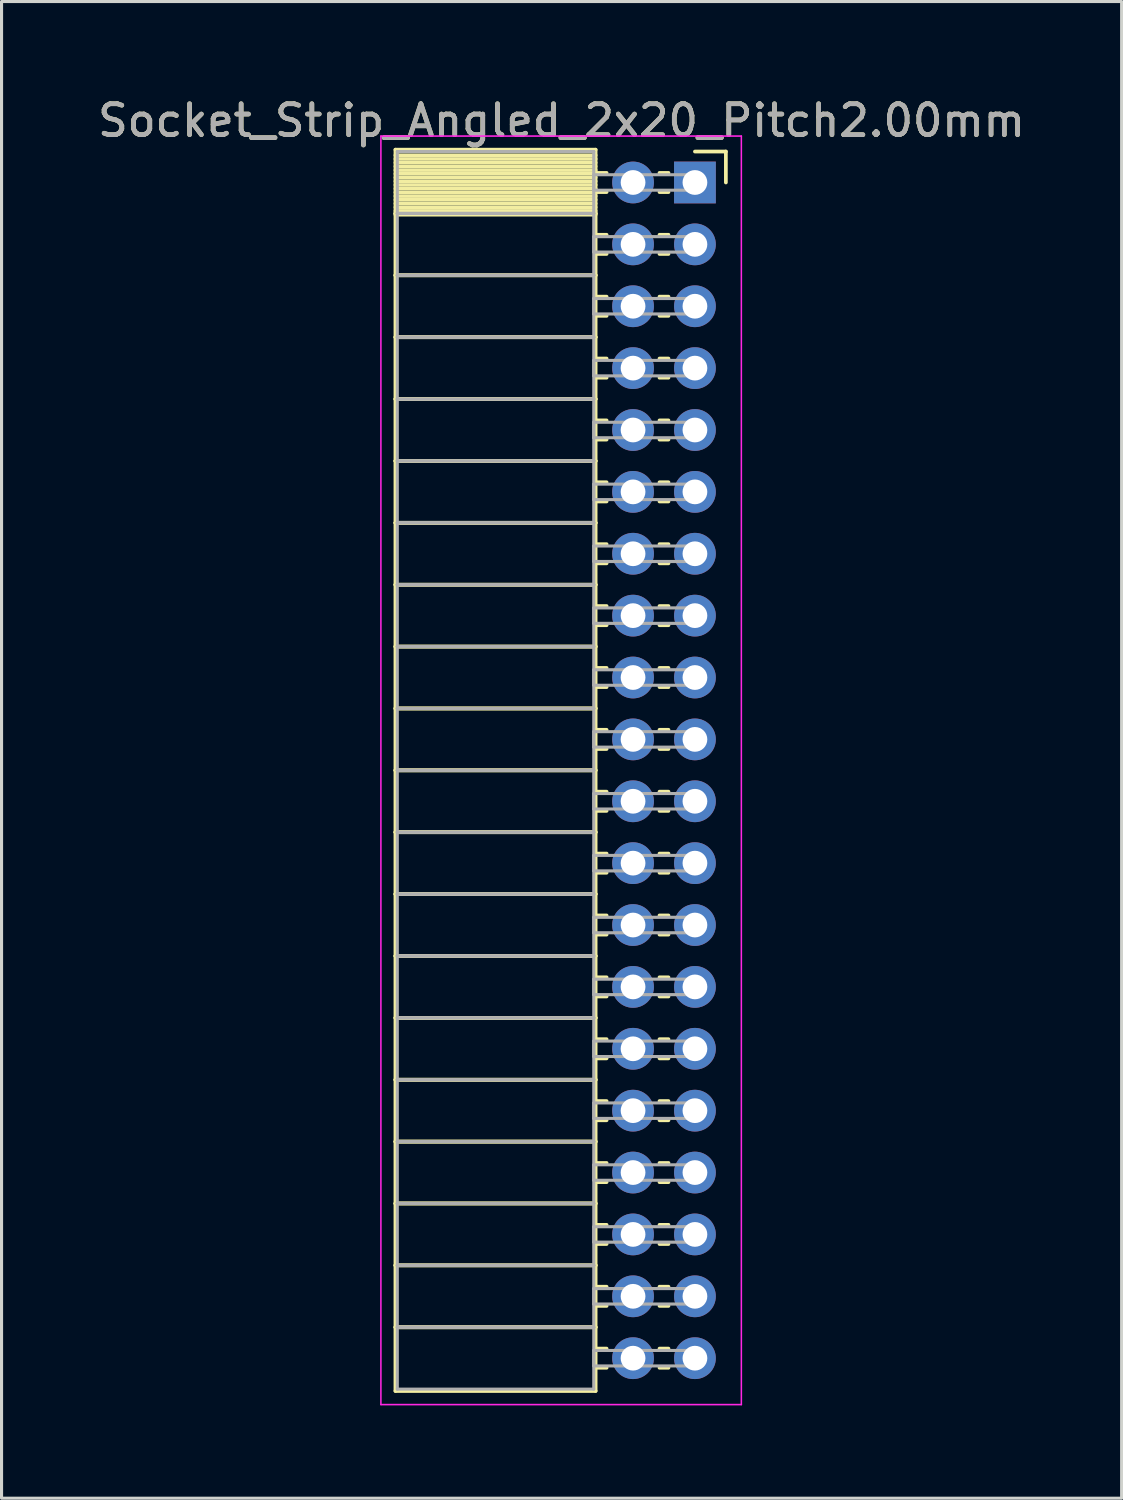
<source format=kicad_pcb>
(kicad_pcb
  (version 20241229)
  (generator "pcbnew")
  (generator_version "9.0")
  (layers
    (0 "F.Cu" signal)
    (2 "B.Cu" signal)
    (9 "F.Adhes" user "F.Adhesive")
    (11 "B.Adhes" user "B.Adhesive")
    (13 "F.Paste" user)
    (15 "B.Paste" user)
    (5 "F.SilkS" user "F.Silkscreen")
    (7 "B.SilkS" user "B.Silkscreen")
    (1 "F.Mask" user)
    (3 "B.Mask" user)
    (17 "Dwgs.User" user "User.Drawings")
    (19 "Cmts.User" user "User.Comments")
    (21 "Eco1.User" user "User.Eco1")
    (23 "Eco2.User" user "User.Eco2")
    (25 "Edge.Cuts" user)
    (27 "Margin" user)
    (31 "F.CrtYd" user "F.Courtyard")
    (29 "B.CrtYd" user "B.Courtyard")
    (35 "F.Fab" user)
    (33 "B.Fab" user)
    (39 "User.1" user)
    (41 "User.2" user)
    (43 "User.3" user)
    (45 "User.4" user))
  (footprint "Socket_Strip_Angled_2x20_Pitch2.00mm"
    (layer "F.Cu")
    (at 19.411 2.848)
    (property "Reference" "Socket_Strip_Angled_2x20_Pitch2.00mm" (at -4.31 -2 0) (layer "F.SilkS") (effects (font (size 1 1) (thickness 0.15))))
    (attr through_hole)
    (fp_line (start -9.68 -1.06) (end -3.21 -1.06) (stroke (width 0.12) (type solid)) (layer "F.SilkS"))
    (fp_line (start -9.68 1) (end -9.68 -1.06) (stroke (width 0.12) (type solid)) (layer "F.SilkS"))
    (fp_line (start -9.68 1) (end -3.21 1) (stroke (width 0.12) (type solid)) (layer "F.SilkS"))
    (fp_line (start -9.68 3) (end -9.68 1) (stroke (width 0.12) (type solid)) (layer "F.SilkS"))
    (fp_line (start -9.68 3) (end -3.21 3) (stroke (width 0.12) (type solid)) (layer "F.SilkS"))
    (fp_line (start -9.68 5) (end -9.68 3) (stroke (width 0.12) (type solid)) (layer "F.SilkS"))
    (fp_line (start -9.68 5) (end -3.21 5) (stroke (width 0.12) (type solid)) (layer "F.SilkS"))
    (fp_line (start -9.68 7) (end -9.68 5) (stroke (width 0.12) (type solid)) (layer "F.SilkS"))
    (fp_line (start -9.68 7) (end -3.21 7) (stroke (width 0.12) (type solid)) (layer "F.SilkS"))
    (fp_line (start -9.68 9) (end -9.68 7) (stroke (width 0.12) (type solid)) (layer "F.SilkS"))
    (fp_line (start -9.68 9) (end -3.21 9) (stroke (width 0.12) (type solid)) (layer "F.SilkS"))
    (fp_line (start -9.68 11) (end -9.68 9) (stroke (width 0.12) (type solid)) (layer "F.SilkS"))
    (fp_line (start -9.68 11) (end -3.21 11) (stroke (width 0.12) (type solid)) (layer "F.SilkS"))
    (fp_line (start -9.68 13) (end -9.68 11) (stroke (width 0.12) (type solid)) (layer "F.SilkS"))
    (fp_line (start -9.68 13) (end -3.21 13) (stroke (width 0.12) (type solid)) (layer "F.SilkS"))
    (fp_line (start -9.68 15) (end -9.68 13) (stroke (width 0.12) (type solid)) (layer "F.SilkS"))
    (fp_line (start -9.68 15) (end -3.21 15) (stroke (width 0.12) (type solid)) (layer "F.SilkS"))
    (fp_line (start -9.68 17) (end -9.68 15) (stroke (width 0.12) (type solid)) (layer "F.SilkS"))
    (fp_line (start -9.68 17) (end -3.21 17) (stroke (width 0.12) (type solid)) (layer "F.SilkS"))
    (fp_line (start -9.68 19) (end -9.68 17) (stroke (width 0.12) (type solid)) (layer "F.SilkS"))
    (fp_line (start -9.68 19) (end -3.21 19) (stroke (width 0.12) (type solid)) (layer "F.SilkS"))
    (fp_line (start -9.68 21) (end -9.68 19) (stroke (width 0.12) (type solid)) (layer "F.SilkS"))
    (fp_line (start -9.68 21) (end -3.21 21) (stroke (width 0.12) (type solid)) (layer "F.SilkS"))
    (fp_line (start -9.68 23) (end -9.68 21) (stroke (width 0.12) (type solid)) (layer "F.SilkS"))
    (fp_line (start -9.68 23) (end -3.21 23) (stroke (width 0.12) (type solid)) (layer "F.SilkS"))
    (fp_line (start -9.68 25) (end -9.68 23) (stroke (width 0.12) (type solid)) (layer "F.SilkS"))
    (fp_line (start -9.68 25) (end -3.21 25) (stroke (width 0.12) (type solid)) (layer "F.SilkS"))
    (fp_line (start -9.68 27) (end -9.68 25) (stroke (width 0.12) (type solid)) (layer "F.SilkS"))
    (fp_line (start -9.68 27) (end -3.21 27) (stroke (width 0.12) (type solid)) (layer "F.SilkS"))
    (fp_line (start -9.68 29) (end -9.68 27) (stroke (width 0.12) (type solid)) (layer "F.SilkS"))
    (fp_line (start -9.68 29) (end -3.21 29) (stroke (width 0.12) (type solid)) (layer "F.SilkS"))
    (fp_line (start -9.68 31) (end -9.68 29) (stroke (width 0.12) (type solid)) (layer "F.SilkS"))
    (fp_line (start -9.68 31) (end -3.21 31) (stroke (width 0.12) (type solid)) (layer "F.SilkS"))
    (fp_line (start -9.68 33) (end -9.68 31) (stroke (width 0.12) (type solid)) (layer "F.SilkS"))
    (fp_line (start -9.68 33) (end -3.21 33) (stroke (width 0.12) (type solid)) (layer "F.SilkS"))
    (fp_line (start -9.68 35) (end -9.68 33) (stroke (width 0.12) (type solid)) (layer "F.SilkS"))
    (fp_line (start -9.68 35) (end -3.21 35) (stroke (width 0.12) (type solid)) (layer "F.SilkS"))
    (fp_line (start -9.68 37) (end -9.68 35) (stroke (width 0.12) (type solid)) (layer "F.SilkS"))
    (fp_line (start -9.68 37) (end -3.21 37) (stroke (width 0.12) (type solid)) (layer "F.SilkS"))
    (fp_line (start -9.68 39.06) (end -9.68 37) (stroke (width 0.12) (type solid)) (layer "F.SilkS"))
    (fp_line (start -3.21 -1.06) (end -3.21 1) (stroke (width 0.12) (type solid)) (layer "F.SilkS"))
    (fp_line (start -3.21 -0.88) (end -9.68 -0.88) (stroke (width 0.12) (type solid)) (layer "F.SilkS"))
    (fp_line (start -3.21 -0.76) (end -9.68 -0.76) (stroke (width 0.12) (type solid)) (layer "F.SilkS"))
    (fp_line (start -3.21 -0.64) (end -9.68 -0.64) (stroke (width 0.12) (type solid)) (layer "F.SilkS"))
    (fp_line (start -3.21 -0.52) (end -9.68 -0.52) (stroke (width 0.12) (type solid)) (layer "F.SilkS"))
    (fp_line (start -3.21 -0.4) (end -9.68 -0.4) (stroke (width 0.12) (type solid)) (layer "F.SilkS"))
    (fp_line (start -3.21 -0.28) (end -9.68 -0.28) (stroke (width 0.12) (type solid)) (layer "F.SilkS"))
    (fp_line (start -3.21 -0.16) (end -9.68 -0.16) (stroke (width 0.12) (type solid)) (layer "F.SilkS"))
    (fp_line (start -3.21 -0.04) (end -9.68 -0.04) (stroke (width 0.12) (type solid)) (layer "F.SilkS"))
    (fp_line (start -3.21 0.08) (end -9.68 0.08) (stroke (width 0.12) (type solid)) (layer "F.SilkS"))
    (fp_line (start -3.21 0.2) (end -9.68 0.2) (stroke (width 0.12) (type solid)) (layer "F.SilkS"))
    (fp_line (start -3.21 0.32) (end -9.68 0.32) (stroke (width 0.12) (type solid)) (layer "F.SilkS"))
    (fp_line (start -3.21 0.44) (end -9.68 0.44) (stroke (width 0.12) (type solid)) (layer "F.SilkS"))
    (fp_line (start -3.21 0.56) (end -9.68 0.56) (stroke (width 0.12) (type solid)) (layer "F.SilkS"))
    (fp_line (start -3.21 0.68) (end -9.68 0.68) (stroke (width 0.12) (type solid)) (layer "F.SilkS"))
    (fp_line (start -3.21 0.8) (end -9.68 0.8) (stroke (width 0.12) (type solid)) (layer "F.SilkS"))
    (fp_line (start -3.21 0.92) (end -9.68 0.92) (stroke (width 0.12) (type solid)) (layer "F.SilkS"))
    (fp_line (start -3.21 1) (end -9.68 1) (stroke (width 0.12) (type solid)) (layer "F.SilkS"))
    (fp_line (start -3.21 1) (end -3.21 3) (stroke (width 0.12) (type solid)) (layer "F.SilkS"))
    (fp_line (start -3.21 1.04) (end -9.68 1.04) (stroke (width 0.12) (type solid)) (layer "F.SilkS"))
    (fp_line (start -3.21 3) (end -9.68 3) (stroke (width 0.12) (type solid)) (layer "F.SilkS"))
    (fp_line (start -3.21 3) (end -3.21 5) (stroke (width 0.12) (type solid)) (layer "F.SilkS"))
    (fp_line (start -3.21 5) (end -9.68 5) (stroke (width 0.12) (type solid)) (layer "F.SilkS"))
    (fp_line (start -3.21 5) (end -3.21 7) (stroke (width 0.12) (type solid)) (layer "F.SilkS"))
    (fp_line (start -3.21 7) (end -9.68 7) (stroke (width 0.12) (type solid)) (layer "F.SilkS"))
    (fp_line (start -3.21 7) (end -3.21 9) (stroke (width 0.12) (type solid)) (layer "F.SilkS"))
    (fp_line (start -3.21 9) (end -9.68 9) (stroke (width 0.12) (type solid)) (layer "F.SilkS"))
    (fp_line (start -3.21 9) (end -3.21 11) (stroke (width 0.12) (type solid)) (layer "F.SilkS"))
    (fp_line (start -3.21 11) (end -9.68 11) (stroke (width 0.12) (type solid)) (layer "F.SilkS"))
    (fp_line (start -3.21 11) (end -3.21 13) (stroke (width 0.12) (type solid)) (layer "F.SilkS"))
    (fp_line (start -3.21 13) (end -9.68 13) (stroke (width 0.12) (type solid)) (layer "F.SilkS"))
    (fp_line (start -3.21 13) (end -3.21 15) (stroke (width 0.12) (type solid)) (layer "F.SilkS"))
    (fp_line (start -3.21 15) (end -9.68 15) (stroke (width 0.12) (type solid)) (layer "F.SilkS"))
    (fp_line (start -3.21 15) (end -3.21 17) (stroke (width 0.12) (type solid)) (layer "F.SilkS"))
    (fp_line (start -3.21 17) (end -9.68 17) (stroke (width 0.12) (type solid)) (layer "F.SilkS"))
    (fp_line (start -3.21 17) (end -3.21 19) (stroke (width 0.12) (type solid)) (layer "F.SilkS"))
    (fp_line (start -3.21 19) (end -9.68 19) (stroke (width 0.12) (type solid)) (layer "F.SilkS"))
    (fp_line (start -3.21 19) (end -3.21 21) (stroke (width 0.12) (type solid)) (layer "F.SilkS"))
    (fp_line (start -3.21 21) (end -9.68 21) (stroke (width 0.12) (type solid)) (layer "F.SilkS"))
    (fp_line (start -3.21 21) (end -3.21 23) (stroke (width 0.12) (type solid)) (layer "F.SilkS"))
    (fp_line (start -3.21 23) (end -9.68 23) (stroke (width 0.12) (type solid)) (layer "F.SilkS"))
    (fp_line (start -3.21 23) (end -3.21 25) (stroke (width 0.12) (type solid)) (layer "F.SilkS"))
    (fp_line (start -3.21 25) (end -9.68 25) (stroke (width 0.12) (type solid)) (layer "F.SilkS"))
    (fp_line (start -3.21 25) (end -3.21 27) (stroke (width 0.12) (type solid)) (layer "F.SilkS"))
    (fp_line (start -3.21 27) (end -9.68 27) (stroke (width 0.12) (type solid)) (layer "F.SilkS"))
    (fp_line (start -3.21 27) (end -3.21 29) (stroke (width 0.12) (type solid)) (layer "F.SilkS"))
    (fp_line (start -3.21 29) (end -9.68 29) (stroke (width 0.12) (type solid)) (layer "F.SilkS"))
    (fp_line (start -3.21 29) (end -3.21 31) (stroke (width 0.12) (type solid)) (layer "F.SilkS"))
    (fp_line (start -3.21 31) (end -9.68 31) (stroke (width 0.12) (type solid)) (layer "F.SilkS"))
    (fp_line (start -3.21 31) (end -3.21 33) (stroke (width 0.12) (type solid)) (layer "F.SilkS"))
    (fp_line (start -3.21 33) (end -9.68 33) (stroke (width 0.12) (type solid)) (layer "F.SilkS"))
    (fp_line (start -3.21 33) (end -3.21 35) (stroke (width 0.12) (type solid)) (layer "F.SilkS"))
    (fp_line (start -3.21 35) (end -9.68 35) (stroke (width 0.12) (type solid)) (layer "F.SilkS"))
    (fp_line (start -3.21 35) (end -3.21 37) (stroke (width 0.12) (type solid)) (layer "F.SilkS"))
    (fp_line (start -3.21 37) (end -9.68 37) (stroke (width 0.12) (type solid)) (layer "F.SilkS"))
    (fp_line (start -3.21 37) (end -3.21 39.06) (stroke (width 0.12) (type solid)) (layer "F.SilkS"))
    (fp_line (start -3.21 39.06) (end -9.68 39.06) (stroke (width 0.12) (type solid)) (layer "F.SilkS"))
    (fp_line (start -2.855 -0.31) (end -3.21 -0.31) (stroke (width 0.12) (type solid)) (layer "F.SilkS"))
    (fp_line (start -2.855 0.31) (end -3.21 0.31) (stroke (width 0.12) (type solid)) (layer "F.SilkS"))
    (fp_line (start -2.855 1.69) (end -3.21 1.69) (stroke (width 0.12) (type solid)) (layer "F.SilkS"))
    (fp_line (start -2.855 2.31) (end -3.21 2.31) (stroke (width 0.12) (type solid)) (layer "F.SilkS"))
    (fp_line (start -2.855 3.69) (end -3.21 3.69) (stroke (width 0.12) (type solid)) (layer "F.SilkS"))
    (fp_line (start -2.855 4.31) (end -3.21 4.31) (stroke (width 0.12) (type solid)) (layer "F.SilkS"))
    (fp_line (start -2.855 5.69) (end -3.21 5.69) (stroke (width 0.12) (type solid)) (layer "F.SilkS"))
    (fp_line (start -2.855 6.31) (end -3.21 6.31) (stroke (width 0.12) (type solid)) (layer "F.SilkS"))
    (fp_line (start -2.855 7.69) (end -3.21 7.69) (stroke (width 0.12) (type solid)) (layer "F.SilkS"))
    (fp_line (start -2.855 8.31) (end -3.21 8.31) (stroke (width 0.12) (type solid)) (layer "F.SilkS"))
    (fp_line (start -2.855 9.69) (end -3.21 9.69) (stroke (width 0.12) (type solid)) (layer "F.SilkS"))
    (fp_line (start -2.855 10.31) (end -3.21 10.31) (stroke (width 0.12) (type solid)) (layer "F.SilkS"))
    (fp_line (start -2.855 11.69) (end -3.21 11.69) (stroke (width 0.12) (type solid)) (layer "F.SilkS"))
    (fp_line (start -2.855 12.31) (end -3.21 12.31) (stroke (width 0.12) (type solid)) (layer "F.SilkS"))
    (fp_line (start -2.855 13.69) (end -3.21 13.69) (stroke (width 0.12) (type solid)) (layer "F.SilkS"))
    (fp_line (start -2.855 14.31) (end -3.21 14.31) (stroke (width 0.12) (type solid)) (layer "F.SilkS"))
    (fp_line (start -2.855 15.69) (end -3.21 15.69) (stroke (width 0.12) (type solid)) (layer "F.SilkS"))
    (fp_line (start -2.855 16.31) (end -3.21 16.31) (stroke (width 0.12) (type solid)) (layer "F.SilkS"))
    (fp_line (start -2.855 17.69) (end -3.21 17.69) (stroke (width 0.12) (type solid)) (layer "F.SilkS"))
    (fp_line (start -2.855 18.31) (end -3.21 18.31) (stroke (width 0.12) (type solid)) (layer "F.SilkS"))
    (fp_line (start -2.855 19.69) (end -3.21 19.69) (stroke (width 0.12) (type solid)) (layer "F.SilkS"))
    (fp_line (start -2.855 20.31) (end -3.21 20.31) (stroke (width 0.12) (type solid)) (layer "F.SilkS"))
    (fp_line (start -2.855 21.69) (end -3.21 21.69) (stroke (width 0.12) (type solid)) (layer "F.SilkS"))
    (fp_line (start -2.855 22.31) (end -3.21 22.31) (stroke (width 0.12) (type solid)) (layer "F.SilkS"))
    (fp_line (start -2.855 23.69) (end -3.21 23.69) (stroke (width 0.12) (type solid)) (layer "F.SilkS"))
    (fp_line (start -2.855 24.31) (end -3.21 24.31) (stroke (width 0.12) (type solid)) (layer "F.SilkS"))
    (fp_line (start -2.855 25.69) (end -3.21 25.69) (stroke (width 0.12) (type solid)) (layer "F.SilkS"))
    (fp_line (start -2.855 26.31) (end -3.21 26.31) (stroke (width 0.12) (type solid)) (layer "F.SilkS"))
    (fp_line (start -2.855 27.69) (end -3.21 27.69) (stroke (width 0.12) (type solid)) (layer "F.SilkS"))
    (fp_line (start -2.855 28.31) (end -3.21 28.31) (stroke (width 0.12) (type solid)) (layer "F.SilkS"))
    (fp_line (start -2.855 29.69) (end -3.21 29.69) (stroke (width 0.12) (type solid)) (layer "F.SilkS"))
    (fp_line (start -2.855 30.31) (end -3.21 30.31) (stroke (width 0.12) (type solid)) (layer "F.SilkS"))
    (fp_line (start -2.855 31.69) (end -3.21 31.69) (stroke (width 0.12) (type solid)) (layer "F.SilkS"))
    (fp_line (start -2.855 32.31) (end -3.21 32.31) (stroke (width 0.12) (type solid)) (layer "F.SilkS"))
    (fp_line (start -2.855 33.69) (end -3.21 33.69) (stroke (width 0.12) (type solid)) (layer "F.SilkS"))
    (fp_line (start -2.855 34.31) (end -3.21 34.31) (stroke (width 0.12) (type solid)) (layer "F.SilkS"))
    (fp_line (start -2.855 35.69) (end -3.21 35.69) (stroke (width 0.12) (type solid)) (layer "F.SilkS"))
    (fp_line (start -2.855 36.31) (end -3.21 36.31) (stroke (width 0.12) (type solid)) (layer "F.SilkS"))
    (fp_line (start -2.855 37.69) (end -3.21 37.69) (stroke (width 0.12) (type solid)) (layer "F.SilkS"))
    (fp_line (start -2.855 38.31) (end -3.21 38.31) (stroke (width 0.12) (type solid)) (layer "F.SilkS"))
    (fp_line (start -0.855 -0.31) (end -1.145 -0.31) (stroke (width 0.12) (type solid)) (layer "F.SilkS"))
    (fp_line (start -0.855 0.31) (end -1.145 0.31) (stroke (width 0.12) (type solid)) (layer "F.SilkS"))
    (fp_line (start -0.855 1.69) (end -1.145 1.69) (stroke (width 0.12) (type solid)) (layer "F.SilkS"))
    (fp_line (start -0.855 2.31) (end -1.145 2.31) (stroke (width 0.12) (type solid)) (layer "F.SilkS"))
    (fp_line (start -0.855 3.69) (end -1.145 3.69) (stroke (width 0.12) (type solid)) (layer "F.SilkS"))
    (fp_line (start -0.855 4.31) (end -1.145 4.31) (stroke (width 0.12) (type solid)) (layer "F.SilkS"))
    (fp_line (start -0.855 5.69) (end -1.145 5.69) (stroke (width 0.12) (type solid)) (layer "F.SilkS"))
    (fp_line (start -0.855 6.31) (end -1.145 6.31) (stroke (width 0.12) (type solid)) (layer "F.SilkS"))
    (fp_line (start -0.855 7.69) (end -1.145 7.69) (stroke (width 0.12) (type solid)) (layer "F.SilkS"))
    (fp_line (start -0.855 8.31) (end -1.145 8.31) (stroke (width 0.12) (type solid)) (layer "F.SilkS"))
    (fp_line (start -0.855 9.69) (end -1.145 9.69) (stroke (width 0.12) (type solid)) (layer "F.SilkS"))
    (fp_line (start -0.855 10.31) (end -1.145 10.31) (stroke (width 0.12) (type solid)) (layer "F.SilkS"))
    (fp_line (start -0.855 11.69) (end -1.145 11.69) (stroke (width 0.12) (type solid)) (layer "F.SilkS"))
    (fp_line (start -0.855 12.31) (end -1.145 12.31) (stroke (width 0.12) (type solid)) (layer "F.SilkS"))
    (fp_line (start -0.855 13.69) (end -1.145 13.69) (stroke (width 0.12) (type solid)) (layer "F.SilkS"))
    (fp_line (start -0.855 14.31) (end -1.145 14.31) (stroke (width 0.12) (type solid)) (layer "F.SilkS"))
    (fp_line (start -0.855 15.69) (end -1.145 15.69) (stroke (width 0.12) (type solid)) (layer "F.SilkS"))
    (fp_line (start -0.855 16.31) (end -1.145 16.31) (stroke (width 0.12) (type solid)) (layer "F.SilkS"))
    (fp_line (start -0.855 17.69) (end -1.145 17.69) (stroke (width 0.12) (type solid)) (layer "F.SilkS"))
    (fp_line (start -0.855 18.31) (end -1.145 18.31) (stroke (width 0.12) (type solid)) (layer "F.SilkS"))
    (fp_line (start -0.855 19.69) (end -1.145 19.69) (stroke (width 0.12) (type solid)) (layer "F.SilkS"))
    (fp_line (start -0.855 20.31) (end -1.145 20.31) (stroke (width 0.12) (type solid)) (layer "F.SilkS"))
    (fp_line (start -0.855 21.69) (end -1.145 21.69) (stroke (width 0.12) (type solid)) (layer "F.SilkS"))
    (fp_line (start -0.855 22.31) (end -1.145 22.31) (stroke (width 0.12) (type solid)) (layer "F.SilkS"))
    (fp_line (start -0.855 23.69) (end -1.145 23.69) (stroke (width 0.12) (type solid)) (layer "F.SilkS"))
    (fp_line (start -0.855 24.31) (end -1.145 24.31) (stroke (width 0.12) (type solid)) (layer "F.SilkS"))
    (fp_line (start -0.855 25.69) (end -1.145 25.69) (stroke (width 0.12) (type solid)) (layer "F.SilkS"))
    (fp_line (start -0.855 26.31) (end -1.145 26.31) (stroke (width 0.12) (type solid)) (layer "F.SilkS"))
    (fp_line (start -0.855 27.69) (end -1.145 27.69) (stroke (width 0.12) (type solid)) (layer "F.SilkS"))
    (fp_line (start -0.855 28.31) (end -1.145 28.31) (stroke (width 0.12) (type solid)) (layer "F.SilkS"))
    (fp_line (start -0.855 29.69) (end -1.145 29.69) (stroke (width 0.12) (type solid)) (layer "F.SilkS"))
    (fp_line (start -0.855 30.31) (end -1.145 30.31) (stroke (width 0.12) (type solid)) (layer "F.SilkS"))
    (fp_line (start -0.855 31.69) (end -1.145 31.69) (stroke (width 0.12) (type solid)) (layer "F.SilkS"))
    (fp_line (start -0.855 32.31) (end -1.145 32.31) (stroke (width 0.12) (type solid)) (layer "F.SilkS"))
    (fp_line (start -0.855 33.69) (end -1.145 33.69) (stroke (width 0.12) (type solid)) (layer "F.SilkS"))
    (fp_line (start -0.855 34.31) (end -1.145 34.31) (stroke (width 0.12) (type solid)) (layer "F.SilkS"))
    (fp_line (start -0.855 35.69) (end -1.145 35.69) (stroke (width 0.12) (type solid)) (layer "F.SilkS"))
    (fp_line (start -0.855 36.31) (end -1.145 36.31) (stroke (width 0.12) (type solid)) (layer "F.SilkS"))
    (fp_line (start -0.855 37.69) (end -1.145 37.69) (stroke (width 0.12) (type solid)) (layer "F.SilkS"))
    (fp_line (start -0.855 38.31) (end -1.145 38.31) (stroke (width 0.12) (type solid)) (layer "F.SilkS"))
    (fp_line (start 0 -1) (end 1 -1) (stroke (width 0.12) (type solid)) (layer "F.SilkS"))
    (fp_line (start 1 -1) (end 1 0) (stroke (width 0.12) (type solid)) (layer "F.SilkS"))
    (fp_line (start -10.15 -1.5) (end 1.5 -1.5) (stroke (width 0.05) (type solid)) (layer "F.CrtYd"))
    (fp_line (start -10.15 39.5) (end -10.15 -1.5) (stroke (width 0.05) (type solid)) (layer "F.CrtYd"))
    (fp_line (start 1.5 -1.5) (end 1.5 39.5) (stroke (width 0.05) (type solid)) (layer "F.CrtYd"))
    (fp_line (start 1.5 39.5) (end -10.15 39.5) (stroke (width 0.05) (type solid)) (layer "F.CrtYd"))
    (fp_line (start -9.62 -1) (end -3.27 -1) (stroke (width 0.1) (type solid)) (layer "F.Fab"))
    (fp_line (start -9.62 1) (end -9.62 -1) (stroke (width 0.1) (type solid)) (layer "F.Fab"))
    (fp_line (start -9.62 1) (end -3.27 1) (stroke (width 0.1) (type solid)) (layer "F.Fab"))
    (fp_line (start -9.62 3) (end -9.62 1) (stroke (width 0.1) (type solid)) (layer "F.Fab"))
    (fp_line (start -9.62 3) (end -3.27 3) (stroke (width 0.1) (type solid)) (layer "F.Fab"))
    (fp_line (start -9.62 5) (end -9.62 3) (stroke (width 0.1) (type solid)) (layer "F.Fab"))
    (fp_line (start -9.62 5) (end -3.27 5) (stroke (width 0.1) (type solid)) (layer "F.Fab"))
    (fp_line (start -9.62 7) (end -9.62 5) (stroke (width 0.1) (type solid)) (layer "F.Fab"))
    (fp_line (start -9.62 7) (end -3.27 7) (stroke (width 0.1) (type solid)) (layer "F.Fab"))
    (fp_line (start -9.62 9) (end -9.62 7) (stroke (width 0.1) (type solid)) (layer "F.Fab"))
    (fp_line (start -9.62 9) (end -3.27 9) (stroke (width 0.1) (type solid)) (layer "F.Fab"))
    (fp_line (start -9.62 11) (end -9.62 9) (stroke (width 0.1) (type solid)) (layer "F.Fab"))
    (fp_line (start -9.62 11) (end -3.27 11) (stroke (width 0.1) (type solid)) (layer "F.Fab"))
    (fp_line (start -9.62 13) (end -9.62 11) (stroke (width 0.1) (type solid)) (layer "F.Fab"))
    (fp_line (start -9.62 13) (end -3.27 13) (stroke (width 0.1) (type solid)) (layer "F.Fab"))
    (fp_line (start -9.62 15) (end -9.62 13) (stroke (width 0.1) (type solid)) (layer "F.Fab"))
    (fp_line (start -9.62 15) (end -3.27 15) (stroke (width 0.1) (type solid)) (layer "F.Fab"))
    (fp_line (start -9.62 17) (end -9.62 15) (stroke (width 0.1) (type solid)) (layer "F.Fab"))
    (fp_line (start -9.62 17) (end -3.27 17) (stroke (width 0.1) (type solid)) (layer "F.Fab"))
    (fp_line (start -9.62 19) (end -9.62 17) (stroke (width 0.1) (type solid)) (layer "F.Fab"))
    (fp_line (start -9.62 19) (end -3.27 19) (stroke (width 0.1) (type solid)) (layer "F.Fab"))
    (fp_line (start -9.62 21) (end -9.62 19) (stroke (width 0.1) (type solid)) (layer "F.Fab"))
    (fp_line (start -9.62 21) (end -3.27 21) (stroke (width 0.1) (type solid)) (layer "F.Fab"))
    (fp_line (start -9.62 23) (end -9.62 21) (stroke (width 0.1) (type solid)) (layer "F.Fab"))
    (fp_line (start -9.62 23) (end -3.27 23) (stroke (width 0.1) (type solid)) (layer "F.Fab"))
    (fp_line (start -9.62 25) (end -9.62 23) (stroke (width 0.1) (type solid)) (layer "F.Fab"))
    (fp_line (start -9.62 25) (end -3.27 25) (stroke (width 0.1) (type solid)) (layer "F.Fab"))
    (fp_line (start -9.62 27) (end -9.62 25) (stroke (width 0.1) (type solid)) (layer "F.Fab"))
    (fp_line (start -9.62 27) (end -3.27 27) (stroke (width 0.1) (type solid)) (layer "F.Fab"))
    (fp_line (start -9.62 29) (end -9.62 27) (stroke (width 0.1) (type solid)) (layer "F.Fab"))
    (fp_line (start -9.62 29) (end -3.27 29) (stroke (width 0.1) (type solid)) (layer "F.Fab"))
    (fp_line (start -9.62 31) (end -9.62 29) (stroke (width 0.1) (type solid)) (layer "F.Fab"))
    (fp_line (start -9.62 31) (end -3.27 31) (stroke (width 0.1) (type solid)) (layer "F.Fab"))
    (fp_line (start -9.62 33) (end -9.62 31) (stroke (width 0.1) (type solid)) (layer "F.Fab"))
    (fp_line (start -9.62 33) (end -3.27 33) (stroke (width 0.1) (type solid)) (layer "F.Fab"))
    (fp_line (start -9.62 35) (end -9.62 33) (stroke (width 0.1) (type solid)) (layer "F.Fab"))
    (fp_line (start -9.62 35) (end -3.27 35) (stroke (width 0.1) (type solid)) (layer "F.Fab"))
    (fp_line (start -9.62 37) (end -9.62 35) (stroke (width 0.1) (type solid)) (layer "F.Fab"))
    (fp_line (start -9.62 37) (end -3.27 37) (stroke (width 0.1) (type solid)) (layer "F.Fab"))
    (fp_line (start -9.62 39) (end -9.62 37) (stroke (width 0.1) (type solid)) (layer "F.Fab"))
    (fp_line (start -3.27 -1) (end -3.27 1) (stroke (width 0.1) (type solid)) (layer "F.Fab"))
    (fp_line (start -3.27 -0.25) (end 0 -0.25) (stroke (width 0.1) (type solid)) (layer "F.Fab"))
    (fp_line (start -3.27 0.25) (end -3.27 -0.25) (stroke (width 0.1) (type solid)) (layer "F.Fab"))
    (fp_line (start -3.27 1) (end -9.62 1) (stroke (width 0.1) (type solid)) (layer "F.Fab"))
    (fp_line (start -3.27 1) (end -3.27 3) (stroke (width 0.1) (type solid)) (layer "F.Fab"))
    (fp_line (start -3.27 1.75) (end 0 1.75) (stroke (width 0.1) (type solid)) (layer "F.Fab"))
    (fp_line (start -3.27 2.25) (end -3.27 1.75) (stroke (width 0.1) (type solid)) (layer "F.Fab"))
    (fp_line (start -3.27 3) (end -9.62 3) (stroke (width 0.1) (type solid)) (layer "F.Fab"))
    (fp_line (start -3.27 3) (end -3.27 5) (stroke (width 0.1) (type solid)) (layer "F.Fab"))
    (fp_line (start -3.27 3.75) (end 0 3.75) (stroke (width 0.1) (type solid)) (layer "F.Fab"))
    (fp_line (start -3.27 4.25) (end -3.27 3.75) (stroke (width 0.1) (type solid)) (layer "F.Fab"))
    (fp_line (start -3.27 5) (end -9.62 5) (stroke (width 0.1) (type solid)) (layer "F.Fab"))
    (fp_line (start -3.27 5) (end -3.27 7) (stroke (width 0.1) (type solid)) (layer "F.Fab"))
    (fp_line (start -3.27 5.75) (end 0 5.75) (stroke (width 0.1) (type solid)) (layer "F.Fab"))
    (fp_line (start -3.27 6.25) (end -3.27 5.75) (stroke (width 0.1) (type solid)) (layer "F.Fab"))
    (fp_line (start -3.27 7) (end -9.62 7) (stroke (width 0.1) (type solid)) (layer "F.Fab"))
    (fp_line (start -3.27 7) (end -3.27 9) (stroke (width 0.1) (type solid)) (layer "F.Fab"))
    (fp_line (start -3.27 7.75) (end 0 7.75) (stroke (width 0.1) (type solid)) (layer "F.Fab"))
    (fp_line (start -3.27 8.25) (end -3.27 7.75) (stroke (width 0.1) (type solid)) (layer "F.Fab"))
    (fp_line (start -3.27 9) (end -9.62 9) (stroke (width 0.1) (type solid)) (layer "F.Fab"))
    (fp_line (start -3.27 9) (end -3.27 11) (stroke (width 0.1) (type solid)) (layer "F.Fab"))
    (fp_line (start -3.27 9.75) (end 0 9.75) (stroke (width 0.1) (type solid)) (layer "F.Fab"))
    (fp_line (start -3.27 10.25) (end -3.27 9.75) (stroke (width 0.1) (type solid)) (layer "F.Fab"))
    (fp_line (start -3.27 11) (end -9.62 11) (stroke (width 0.1) (type solid)) (layer "F.Fab"))
    (fp_line (start -3.27 11) (end -3.27 13) (stroke (width 0.1) (type solid)) (layer "F.Fab"))
    (fp_line (start -3.27 11.75) (end 0 11.75) (stroke (width 0.1) (type solid)) (layer "F.Fab"))
    (fp_line (start -3.27 12.25) (end -3.27 11.75) (stroke (width 0.1) (type solid)) (layer "F.Fab"))
    (fp_line (start -3.27 13) (end -9.62 13) (stroke (width 0.1) (type solid)) (layer "F.Fab"))
    (fp_line (start -3.27 13) (end -3.27 15) (stroke (width 0.1) (type solid)) (layer "F.Fab"))
    (fp_line (start -3.27 13.75) (end 0 13.75) (stroke (width 0.1) (type solid)) (layer "F.Fab"))
    (fp_line (start -3.27 14.25) (end -3.27 13.75) (stroke (width 0.1) (type solid)) (layer "F.Fab"))
    (fp_line (start -3.27 15) (end -9.62 15) (stroke (width 0.1) (type solid)) (layer "F.Fab"))
    (fp_line (start -3.27 15) (end -3.27 17) (stroke (width 0.1) (type solid)) (layer "F.Fab"))
    (fp_line (start -3.27 15.75) (end 0 15.75) (stroke (width 0.1) (type solid)) (layer "F.Fab"))
    (fp_line (start -3.27 16.25) (end -3.27 15.75) (stroke (width 0.1) (type solid)) (layer "F.Fab"))
    (fp_line (start -3.27 17) (end -9.62 17) (stroke (width 0.1) (type solid)) (layer "F.Fab"))
    (fp_line (start -3.27 17) (end -3.27 19) (stroke (width 0.1) (type solid)) (layer "F.Fab"))
    (fp_line (start -3.27 17.75) (end 0 17.75) (stroke (width 0.1) (type solid)) (layer "F.Fab"))
    (fp_line (start -3.27 18.25) (end -3.27 17.75) (stroke (width 0.1) (type solid)) (layer "F.Fab"))
    (fp_line (start -3.27 19) (end -9.62 19) (stroke (width 0.1) (type solid)) (layer "F.Fab"))
    (fp_line (start -3.27 19) (end -3.27 21) (stroke (width 0.1) (type solid)) (layer "F.Fab"))
    (fp_line (start -3.27 19.75) (end 0 19.75) (stroke (width 0.1) (type solid)) (layer "F.Fab"))
    (fp_line (start -3.27 20.25) (end -3.27 19.75) (stroke (width 0.1) (type solid)) (layer "F.Fab"))
    (fp_line (start -3.27 21) (end -9.62 21) (stroke (width 0.1) (type solid)) (layer "F.Fab"))
    (fp_line (start -3.27 21) (end -3.27 23) (stroke (width 0.1) (type solid)) (layer "F.Fab"))
    (fp_line (start -3.27 21.75) (end 0 21.75) (stroke (width 0.1) (type solid)) (layer "F.Fab"))
    (fp_line (start -3.27 22.25) (end -3.27 21.75) (stroke (width 0.1) (type solid)) (layer "F.Fab"))
    (fp_line (start -3.27 23) (end -9.62 23) (stroke (width 0.1) (type solid)) (layer "F.Fab"))
    (fp_line (start -3.27 23) (end -3.27 25) (stroke (width 0.1) (type solid)) (layer "F.Fab"))
    (fp_line (start -3.27 23.75) (end 0 23.75) (stroke (width 0.1) (type solid)) (layer "F.Fab"))
    (fp_line (start -3.27 24.25) (end -3.27 23.75) (stroke (width 0.1) (type solid)) (layer "F.Fab"))
    (fp_line (start -3.27 25) (end -9.62 25) (stroke (width 0.1) (type solid)) (layer "F.Fab"))
    (fp_line (start -3.27 25) (end -3.27 27) (stroke (width 0.1) (type solid)) (layer "F.Fab"))
    (fp_line (start -3.27 25.75) (end 0 25.75) (stroke (width 0.1) (type solid)) (layer "F.Fab"))
    (fp_line (start -3.27 26.25) (end -3.27 25.75) (stroke (width 0.1) (type solid)) (layer "F.Fab"))
    (fp_line (start -3.27 27) (end -9.62 27) (stroke (width 0.1) (type solid)) (layer "F.Fab"))
    (fp_line (start -3.27 27) (end -3.27 29) (stroke (width 0.1) (type solid)) (layer "F.Fab"))
    (fp_line (start -3.27 27.75) (end 0 27.75) (stroke (width 0.1) (type solid)) (layer "F.Fab"))
    (fp_line (start -3.27 28.25) (end -3.27 27.75) (stroke (width 0.1) (type solid)) (layer "F.Fab"))
    (fp_line (start -3.27 29) (end -9.62 29) (stroke (width 0.1) (type solid)) (layer "F.Fab"))
    (fp_line (start -3.27 29) (end -3.27 31) (stroke (width 0.1) (type solid)) (layer "F.Fab"))
    (fp_line (start -3.27 29.75) (end 0 29.75) (stroke (width 0.1) (type solid)) (layer "F.Fab"))
    (fp_line (start -3.27 30.25) (end -3.27 29.75) (stroke (width 0.1) (type solid)) (layer "F.Fab"))
    (fp_line (start -3.27 31) (end -9.62 31) (stroke (width 0.1) (type solid)) (layer "F.Fab"))
    (fp_line (start -3.27 31) (end -3.27 33) (stroke (width 0.1) (type solid)) (layer "F.Fab"))
    (fp_line (start -3.27 31.75) (end 0 31.75) (stroke (width 0.1) (type solid)) (layer "F.Fab"))
    (fp_line (start -3.27 32.25) (end -3.27 31.75) (stroke (width 0.1) (type solid)) (layer "F.Fab"))
    (fp_line (start -3.27 33) (end -9.62 33) (stroke (width 0.1) (type solid)) (layer "F.Fab"))
    (fp_line (start -3.27 33) (end -3.27 35) (stroke (width 0.1) (type solid)) (layer "F.Fab"))
    (fp_line (start -3.27 33.75) (end 0 33.75) (stroke (width 0.1) (type solid)) (layer "F.Fab"))
    (fp_line (start -3.27 34.25) (end -3.27 33.75) (stroke (width 0.1) (type solid)) (layer "F.Fab"))
    (fp_line (start -3.27 35) (end -9.62 35) (stroke (width 0.1) (type solid)) (layer "F.Fab"))
    (fp_line (start -3.27 35) (end -3.27 37) (stroke (width 0.1) (type solid)) (layer "F.Fab"))
    (fp_line (start -3.27 35.75) (end 0 35.75) (stroke (width 0.1) (type solid)) (layer "F.Fab"))
    (fp_line (start -3.27 36.25) (end -3.27 35.75) (stroke (width 0.1) (type solid)) (layer "F.Fab"))
    (fp_line (start -3.27 37) (end -9.62 37) (stroke (width 0.1) (type solid)) (layer "F.Fab"))
    (fp_line (start -3.27 37) (end -3.27 39) (stroke (width 0.1) (type solid)) (layer "F.Fab"))
    (fp_line (start -3.27 37.75) (end 0 37.75) (stroke (width 0.1) (type solid)) (layer "F.Fab"))
    (fp_line (start -3.27 38.25) (end -3.27 37.75) (stroke (width 0.1) (type solid)) (layer "F.Fab"))
    (fp_line (start -3.27 39) (end -9.62 39) (stroke (width 0.1) (type solid)) (layer "F.Fab"))
    (fp_line (start 0 -0.25) (end 0 0.25) (stroke (width 0.1) (type solid)) (layer "F.Fab"))
    (fp_line (start 0 0.25) (end -3.27 0.25) (stroke (width 0.1) (type solid)) (layer "F.Fab"))
    (fp_line (start 0 1.75) (end 0 2.25) (stroke (width 0.1) (type solid)) (layer "F.Fab"))
    (fp_line (start 0 2.25) (end -3.27 2.25) (stroke (width 0.1) (type solid)) (layer "F.Fab"))
    (fp_line (start 0 3.75) (end 0 4.25) (stroke (width 0.1) (type solid)) (layer "F.Fab"))
    (fp_line (start 0 4.25) (end -3.27 4.25) (stroke (width 0.1) (type solid)) (layer "F.Fab"))
    (fp_line (start 0 5.75) (end 0 6.25) (stroke (width 0.1) (type solid)) (layer "F.Fab"))
    (fp_line (start 0 6.25) (end -3.27 6.25) (stroke (width 0.1) (type solid)) (layer "F.Fab"))
    (fp_line (start 0 7.75) (end 0 8.25) (stroke (width 0.1) (type solid)) (layer "F.Fab"))
    (fp_line (start 0 8.25) (end -3.27 8.25) (stroke (width 0.1) (type solid)) (layer "F.Fab"))
    (fp_line (start 0 9.75) (end 0 10.25) (stroke (width 0.1) (type solid)) (layer "F.Fab"))
    (fp_line (start 0 10.25) (end -3.27 10.25) (stroke (width 0.1) (type solid)) (layer "F.Fab"))
    (fp_line (start 0 11.75) (end 0 12.25) (stroke (width 0.1) (type solid)) (layer "F.Fab"))
    (fp_line (start 0 12.25) (end -3.27 12.25) (stroke (width 0.1) (type solid)) (layer "F.Fab"))
    (fp_line (start 0 13.75) (end 0 14.25) (stroke (width 0.1) (type solid)) (layer "F.Fab"))
    (fp_line (start 0 14.25) (end -3.27 14.25) (stroke (width 0.1) (type solid)) (layer "F.Fab"))
    (fp_line (start 0 15.75) (end 0 16.25) (stroke (width 0.1) (type solid)) (layer "F.Fab"))
    (fp_line (start 0 16.25) (end -3.27 16.25) (stroke (width 0.1) (type solid)) (layer "F.Fab"))
    (fp_line (start 0 17.75) (end 0 18.25) (stroke (width 0.1) (type solid)) (layer "F.Fab"))
    (fp_line (start 0 18.25) (end -3.27 18.25) (stroke (width 0.1) (type solid)) (layer "F.Fab"))
    (fp_line (start 0 19.75) (end 0 20.25) (stroke (width 0.1) (type solid)) (layer "F.Fab"))
    (fp_line (start 0 20.25) (end -3.27 20.25) (stroke (width 0.1) (type solid)) (layer "F.Fab"))
    (fp_line (start 0 21.75) (end 0 22.25) (stroke (width 0.1) (type solid)) (layer "F.Fab"))
    (fp_line (start 0 22.25) (end -3.27 22.25) (stroke (width 0.1) (type solid)) (layer "F.Fab"))
    (fp_line (start 0 23.75) (end 0 24.25) (stroke (width 0.1) (type solid)) (layer "F.Fab"))
    (fp_line (start 0 24.25) (end -3.27 24.25) (stroke (width 0.1) (type solid)) (layer "F.Fab"))
    (fp_line (start 0 25.75) (end 0 26.25) (stroke (width 0.1) (type solid)) (layer "F.Fab"))
    (fp_line (start 0 26.25) (end -3.27 26.25) (stroke (width 0.1) (type solid)) (layer "F.Fab"))
    (fp_line (start 0 27.75) (end 0 28.25) (stroke (width 0.1) (type solid)) (layer "F.Fab"))
    (fp_line (start 0 28.25) (end -3.27 28.25) (stroke (width 0.1) (type solid)) (layer "F.Fab"))
    (fp_line (start 0 29.75) (end 0 30.25) (stroke (width 0.1) (type solid)) (layer "F.Fab"))
    (fp_line (start 0 30.25) (end -3.27 30.25) (stroke (width 0.1) (type solid)) (layer "F.Fab"))
    (fp_line (start 0 31.75) (end 0 32.25) (stroke (width 0.1) (type solid)) (layer "F.Fab"))
    (fp_line (start 0 32.25) (end -3.27 32.25) (stroke (width 0.1) (type solid)) (layer "F.Fab"))
    (fp_line (start 0 33.75) (end 0 34.25) (stroke (width 0.1) (type solid)) (layer "F.Fab"))
    (fp_line (start 0 34.25) (end -3.27 34.25) (stroke (width 0.1) (type solid)) (layer "F.Fab"))
    (fp_line (start 0 35.75) (end 0 36.25) (stroke (width 0.1) (type solid)) (layer "F.Fab"))
    (fp_line (start 0 36.25) (end -3.27 36.25) (stroke (width 0.1) (type solid)) (layer "F.Fab"))
    (fp_line (start 0 37.75) (end 0 38.25) (stroke (width 0.1) (type solid)) (layer "F.Fab"))
    (fp_line (start 0 38.25) (end -3.27 38.25) (stroke (width 0.1) (type solid)) (layer "F.Fab"))
    (fp_text user "${REFERENCE}" (at -4.31 -2 0) (layer "F.Fab") (effects (font (size 1 1) (thickness 0.15))))
    (pad "1" thru_hole rect (at 0 0) (size 1.35 1.35) (drill 0.8) (layers "*.Cu" "*.Mask"))
    (pad "2" thru_hole oval (at -2 0) (size 1.35 1.35) (drill 0.8) (layers "*.Cu" "*.Mask"))
    (pad "3" thru_hole oval (at 0 2) (size 1.35 1.35) (drill 0.8) (layers "*.Cu" "*.Mask"))
    (pad "4" thru_hole oval (at -2 2) (size 1.35 1.35) (drill 0.8) (layers "*.Cu" "*.Mask"))
    (pad "5" thru_hole oval (at 0 4) (size 1.35 1.35) (drill 0.8) (layers "*.Cu" "*.Mask"))
    (pad "6" thru_hole oval (at -2 4) (size 1.35 1.35) (drill 0.8) (layers "*.Cu" "*.Mask"))
    (pad "7" thru_hole oval (at 0 6) (size 1.35 1.35) (drill 0.8) (layers "*.Cu" "*.Mask"))
    (pad "8" thru_hole oval (at -2 6) (size 1.35 1.35) (drill 0.8) (layers "*.Cu" "*.Mask"))
    (pad "9" thru_hole oval (at 0 8) (size 1.35 1.35) (drill 0.8) (layers "*.Cu" "*.Mask"))
    (pad "10" thru_hole oval (at -2 8) (size 1.35 1.35) (drill 0.8) (layers "*.Cu" "*.Mask"))
    (pad "11" thru_hole oval (at 0 10) (size 1.35 1.35) (drill 0.8) (layers "*.Cu" "*.Mask"))
    (pad "12" thru_hole oval (at -2 10) (size 1.35 1.35) (drill 0.8) (layers "*.Cu" "*.Mask"))
    (pad "13" thru_hole oval (at 0 12) (size 1.35 1.35) (drill 0.8) (layers "*.Cu" "*.Mask"))
    (pad "14" thru_hole oval (at -2 12) (size 1.35 1.35) (drill 0.8) (layers "*.Cu" "*.Mask"))
    (pad "15" thru_hole oval (at 0 14) (size 1.35 1.35) (drill 0.8) (layers "*.Cu" "*.Mask"))
    (pad "16" thru_hole oval (at -2 14) (size 1.35 1.35) (drill 0.8) (layers "*.Cu" "*.Mask"))
    (pad "17" thru_hole oval (at 0 16) (size 1.35 1.35) (drill 0.8) (layers "*.Cu" "*.Mask"))
    (pad "18" thru_hole oval (at -2 16) (size 1.35 1.35) (drill 0.8) (layers "*.Cu" "*.Mask"))
    (pad "19" thru_hole oval (at 0 18) (size 1.35 1.35) (drill 0.8) (layers "*.Cu" "*.Mask"))
    (pad "20" thru_hole oval (at -2 18) (size 1.35 1.35) (drill 0.8) (layers "*.Cu" "*.Mask"))
    (pad "21" thru_hole oval (at 0 20) (size 1.35 1.35) (drill 0.8) (layers "*.Cu" "*.Mask"))
    (pad "22" thru_hole oval (at -2 20) (size 1.35 1.35) (drill 0.8) (layers "*.Cu" "*.Mask"))
    (pad "23" thru_hole oval (at 0 22) (size 1.35 1.35) (drill 0.8) (layers "*.Cu" "*.Mask"))
    (pad "24" thru_hole oval (at -2 22) (size 1.35 1.35) (drill 0.8) (layers "*.Cu" "*.Mask"))
    (pad "25" thru_hole oval (at 0 24) (size 1.35 1.35) (drill 0.8) (layers "*.Cu" "*.Mask"))
    (pad "26" thru_hole oval (at -2 24) (size 1.35 1.35) (drill 0.8) (layers "*.Cu" "*.Mask"))
    (pad "27" thru_hole oval (at 0 26) (size 1.35 1.35) (drill 0.8) (layers "*.Cu" "*.Mask"))
    (pad "28" thru_hole oval (at -2 26) (size 1.35 1.35) (drill 0.8) (layers "*.Cu" "*.Mask"))
    (pad "29" thru_hole oval (at 0 28) (size 1.35 1.35) (drill 0.8) (layers "*.Cu" "*.Mask"))
    (pad "30" thru_hole oval (at -2 28) (size 1.35 1.35) (drill 0.8) (layers "*.Cu" "*.Mask"))
    (pad "31" thru_hole oval (at 0 30) (size 1.35 1.35) (drill 0.8) (layers "*.Cu" "*.Mask"))
    (pad "32" thru_hole oval (at -2 30) (size 1.35 1.35) (drill 0.8) (layers "*.Cu" "*.Mask"))
    (pad "33" thru_hole oval (at 0 32) (size 1.35 1.35) (drill 0.8) (layers "*.Cu" "*.Mask"))
    (pad "34" thru_hole oval (at -2 32) (size 1.35 1.35) (drill 0.8) (layers "*.Cu" "*.Mask"))
    (pad "35" thru_hole oval (at 0 34) (size 1.35 1.35) (drill 0.8) (layers "*.Cu" "*.Mask"))
    (pad "36" thru_hole oval (at -2 34) (size 1.35 1.35) (drill 0.8) (layers "*.Cu" "*.Mask"))
    (pad "37" thru_hole oval (at 0 36) (size 1.35 1.35) (drill 0.8) (layers "*.Cu" "*.Mask"))
    (pad "38" thru_hole oval (at -2 36) (size 1.35 1.35) (drill 0.8) (layers "*.Cu" "*.Mask"))
    (pad "39" thru_hole oval (at 0 38) (size 1.35 1.35) (drill 0.8) (layers "*.Cu" "*.Mask"))
    (pad "40" thru_hole oval (at -2 38) (size 1.35 1.35) (drill 0.8) (layers "*.Cu" "*.Mask")))
  (gr_rect
    (start -3 -3)
    (end 33.202 45.373)
    (stroke (width 0.1) (type default))
    (fill no)
    (layer "Edge.Cuts")))
</source>
